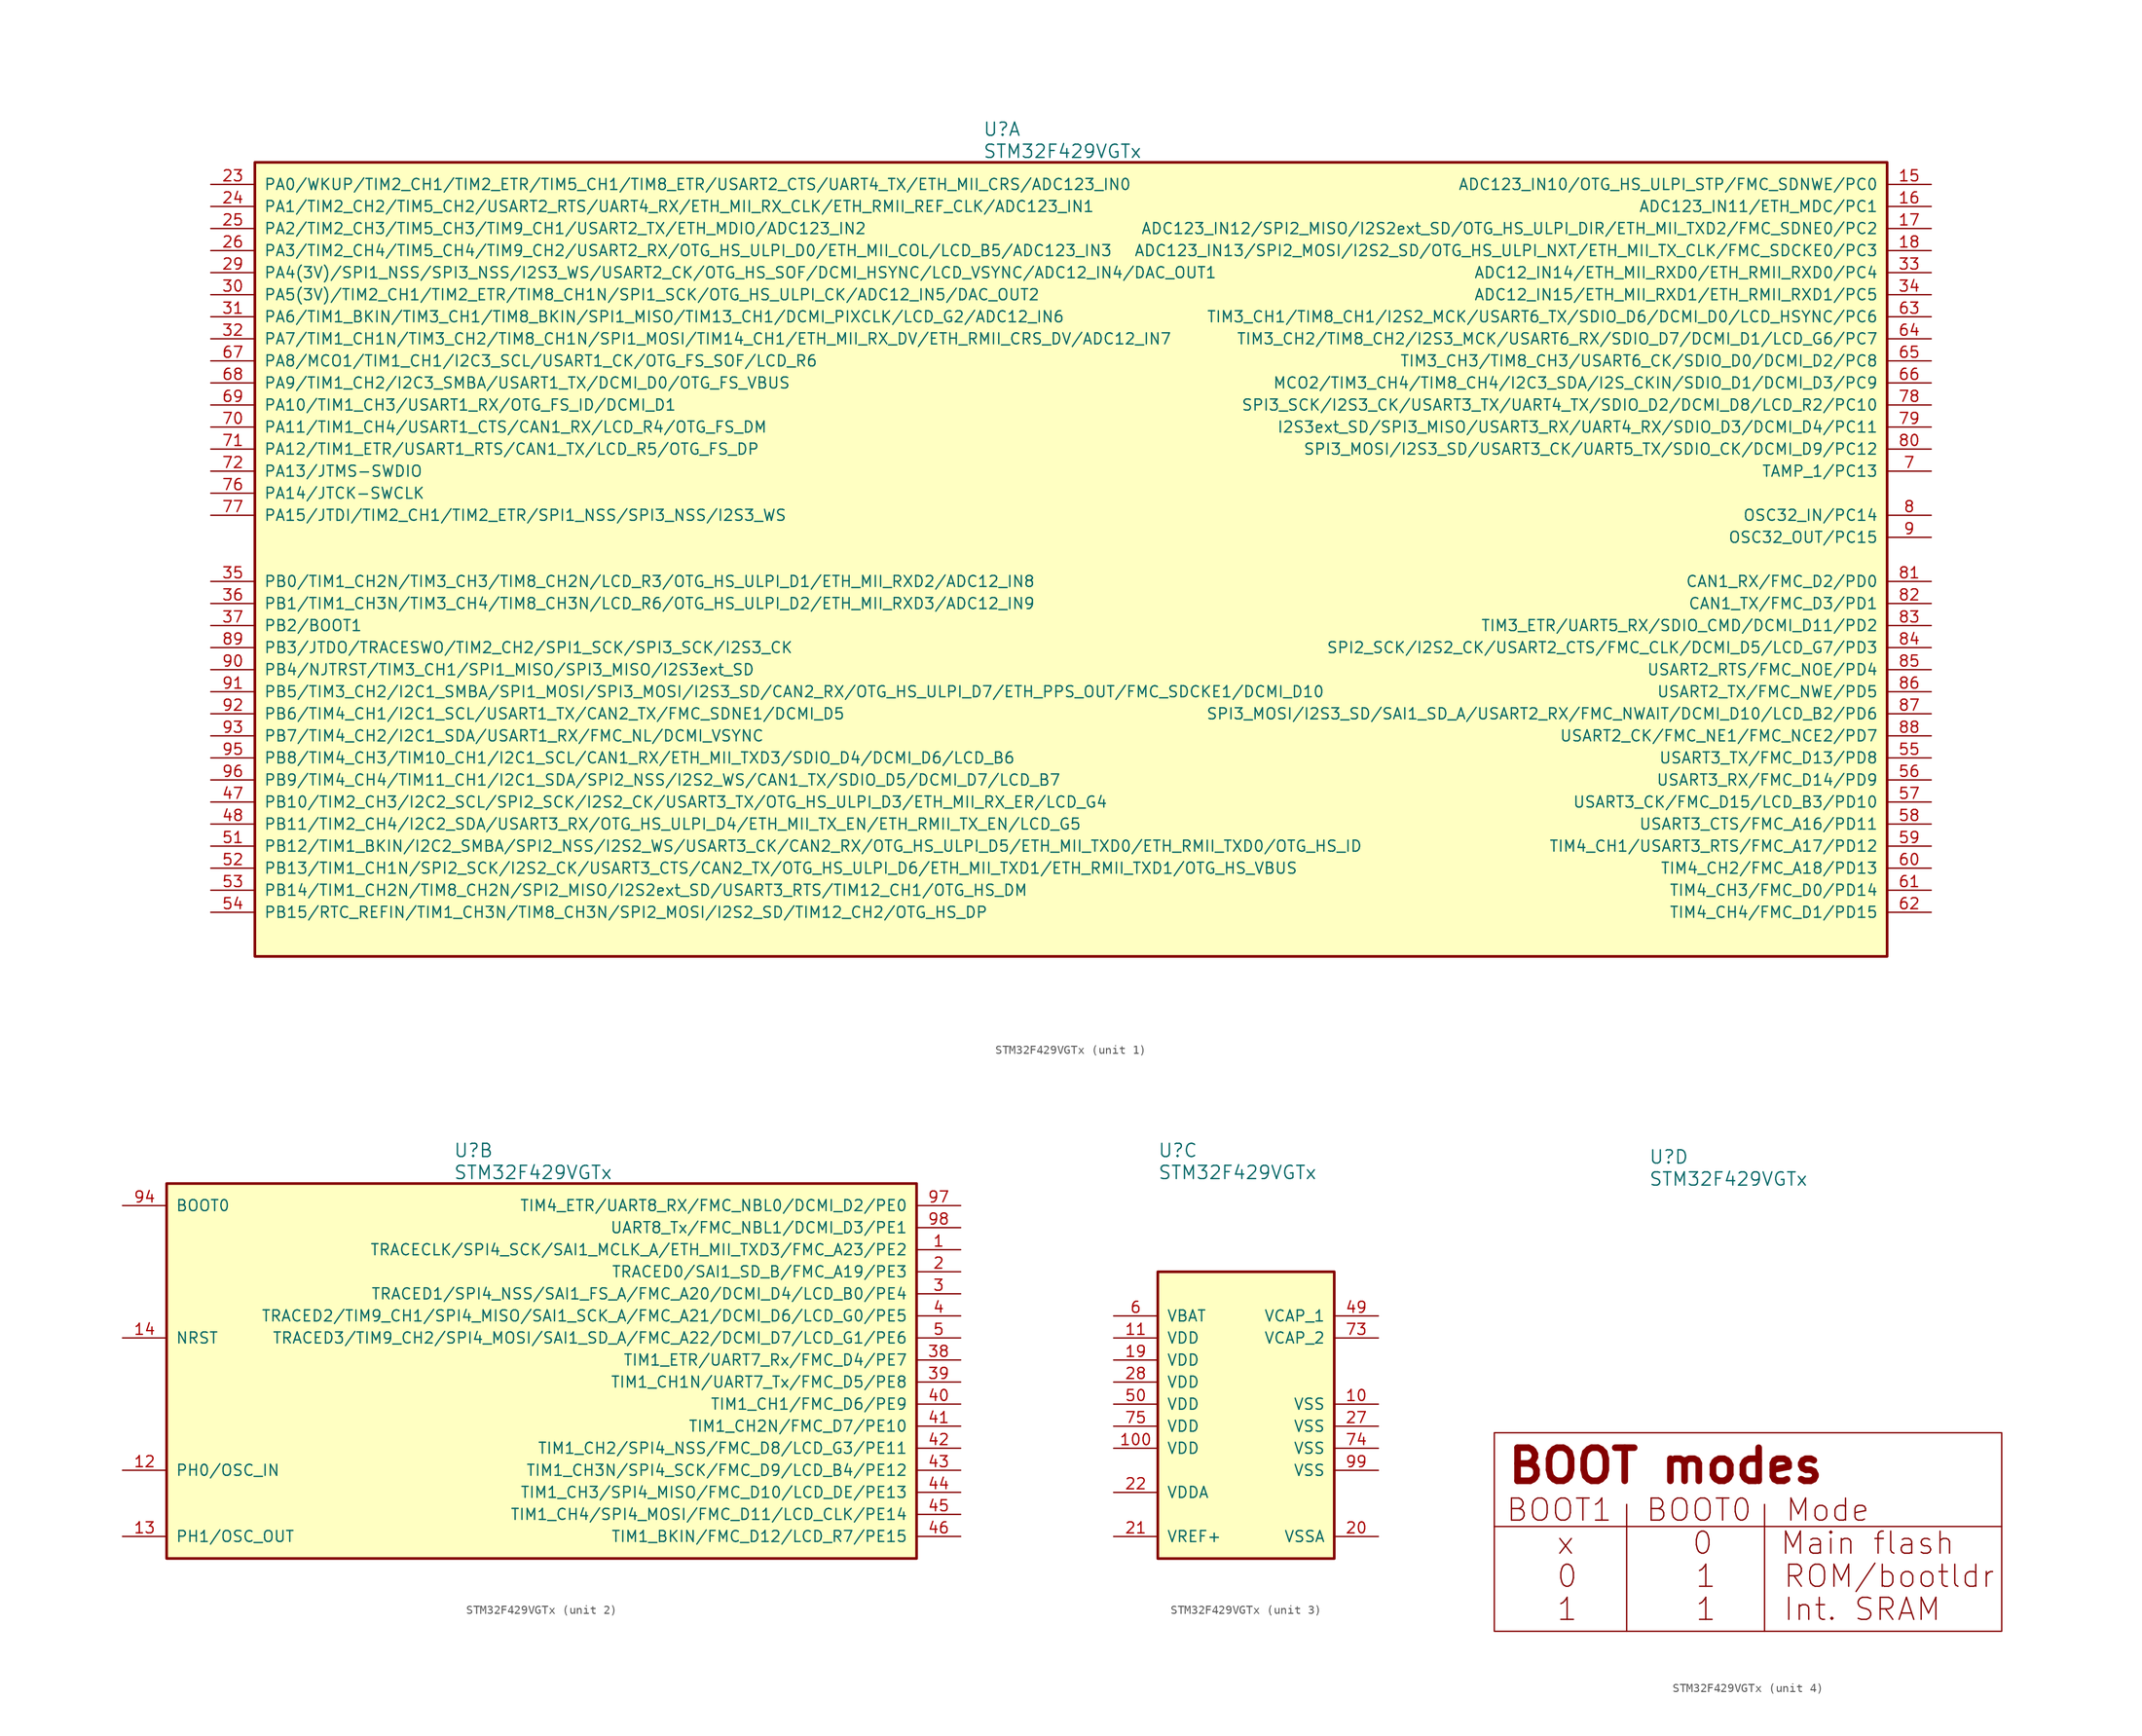
<source format=kicad_sym>
(kicad_symbol_lib
  (version 20211014)
  (generator kicad_symbol_editor)
  (symbol "STM32F429VGTx"
    (pin_names
      (offset 1.016))
    (property "Reference" "U"
      (at -10.16 46.99 0)
      (effects (font (size 1.524 1.524)) (justify left)))
    (property "Value" "STM32F429VGTx"
      (at -10.16 44.45 0)
      (effects (font (size 1.524 1.524)) (justify left)))
    (property "ki_locked" ""
      (at 0 0 0)
      (effects (font (size 1.27 1.27))))
    (symbol "STM32F429VGTx_1_1"
      (rectangle (start -93.98 43.18) (end 93.98 -48.26) (stroke (width 0.305) (type default) (color 0 0 0 0)) (fill (type background)))
      (pin bidirectional line (at 99.06 40.64 180) (length 5.08) (name "ADC123_IN10/OTG_HS_ULPI_STP/FMC_SDNWE/PC0" (effects (font (size 1.27 1.27)))) (number "15" (effects (font (size 1.27 1.27)))))
      (pin bidirectional line (at 99.06 38.1 180) (length 5.08) (name "ADC123_IN11/ETH_MDC/PC1" (effects (font (size 1.27 1.27)))) (number "16" (effects (font (size 1.27 1.27)))))
      (pin bidirectional line (at 99.06 35.56 180) (length 5.08) (name "ADC123_IN12/SPI2_MISO/I2S2ext_SD/OTG_HS_ULPI_DIR/ETH_MII_TXD2/FMC_SDNE0/PC2" (effects (font (size 1.27 1.27)))) (number "17" (effects (font (size 1.27 1.27)))))
      (pin bidirectional line (at 99.06 33.02 180) (length 5.08) (name "ADC123_IN13/SPI2_MOSI/I2S2_SD/OTG_HS_ULPI_NXT/ETH_MII_TX_CLK/FMC_SDCKE0/PC3" (effects (font (size 1.27 1.27)))) (number "18" (effects (font (size 1.27 1.27)))))
      (pin bidirectional line (at -99.06 40.64 0) (length 5.08) (name "PA0/WKUP/TIM2_CH1/TIM2_ETR/TIM5_CH1/TIM8_ETR/USART2_CTS/UART4_TX/ETH_MII_CRS/ADC123_IN0" (effects (font (size 1.27 1.27)))) (number "23" (effects (font (size 1.27 1.27)))))
      (pin bidirectional line (at -99.06 38.1 0) (length 5.08) (name "PA1/TIM2_CH2/TIM5_CH2/USART2_RTS/UART4_RX/ETH_MII_RX_CLK/ETH_RMII_REF_CLK/ADC123_IN1" (effects (font (size 1.27 1.27)))) (number "24" (effects (font (size 1.27 1.27)))))
      (pin bidirectional line (at -99.06 35.56 0) (length 5.08) (name "PA2/TIM2_CH3/TIM5_CH3/TIM9_CH1/USART2_TX/ETH_MDIO/ADC123_IN2" (effects (font (size 1.27 1.27)))) (number "25" (effects (font (size 1.27 1.27)))))
      (pin bidirectional line (at -99.06 33.02 0) (length 5.08) (name "PA3/TIM2_CH4/TIM5_CH4/TIM9_CH2/USART2_RX/OTG_HS_ULPI_D0/ETH_MII_COL/LCD_B5/ADC123_IN3" (effects (font (size 1.27 1.27)))) (number "26" (effects (font (size 1.27 1.27)))))
      (pin bidirectional line (at -99.06 30.48 0) (length 5.08) (name "PA4(3V)/SPI1_NSS/SPI3_NSS/I2S3_WS/USART2_CK/OTG_HS_SOF/DCMI_HSYNC/LCD_VSYNC/ADC12_IN4/DAC_OUT1" (effects (font (size 1.27 1.27)))) (number "29" (effects (font (size 1.27 1.27)))))
      (pin bidirectional line (at -99.06 27.94 0) (length 5.08) (name "PA5(3V)/TIM2_CH1/TIM2_ETR/TIM8_CH1N/SPI1_SCK/OTG_HS_ULPI_CK/ADC12_IN5/DAC_OUT2" (effects (font (size 1.27 1.27)))) (number "30" (effects (font (size 1.27 1.27)))))
      (pin bidirectional line (at -99.06 25.4 0) (length 5.08) (name "PA6/TIM1_BKIN/TIM3_CH1/TIM8_BKIN/SPI1_MISO/TIM13_CH1/DCMI_PIXCLK/LCD_G2/ADC12_IN6" (effects (font (size 1.27 1.27)))) (number "31" (effects (font (size 1.27 1.27)))))
      (pin bidirectional line (at -99.06 22.86 0) (length 5.08) (name "PA7/TIM1_CH1N/TIM3_CH2/TIM8_CH1N/SPI1_MOSI/TIM14_CH1/ETH_MII_RX_DV/ETH_RMII_CRS_DV/ADC12_IN7" (effects (font (size 1.27 1.27)))) (number "32" (effects (font (size 1.27 1.27)))))
      (pin bidirectional line (at 99.06 30.48 180) (length 5.08) (name "ADC12_IN14/ETH_MII_RXD0/ETH_RMII_RXD0/PC4" (effects (font (size 1.27 1.27)))) (number "33" (effects (font (size 1.27 1.27)))))
      (pin bidirectional line (at 99.06 27.94 180) (length 5.08) (name "ADC12_IN15/ETH_MII_RXD1/ETH_RMII_RXD1/PC5" (effects (font (size 1.27 1.27)))) (number "34" (effects (font (size 1.27 1.27)))))
      (pin bidirectional line (at -99.06 -5.08 0) (length 5.08) (name "PB0/TIM1_CH2N/TIM3_CH3/TIM8_CH2N/LCD_R3/OTG_HS_ULPI_D1/ETH_MII_RXD2/ADC12_IN8" (effects (font (size 1.27 1.27)))) (number "35" (effects (font (size 1.27 1.27)))))
      (pin bidirectional line (at -99.06 -7.62 0) (length 5.08) (name "PB1/TIM1_CH3N/TIM3_CH4/TIM8_CH3N/LCD_R6/OTG_HS_ULPI_D2/ETH_MII_RXD3/ADC12_IN9" (effects (font (size 1.27 1.27)))) (number "36" (effects (font (size 1.27 1.27)))))
      (pin bidirectional line (at -99.06 -10.16 0) (length 5.08) (name "PB2/BOOT1" (effects (font (size 1.27 1.27)))) (number "37" (effects (font (size 1.27 1.27)))))
      (pin bidirectional line (at -99.06 -30.48 0) (length 5.08) (name "PB10/TIM2_CH3/I2C2_SCL/SPI2_SCK/I2S2_CK/USART3_TX/OTG_HS_ULPI_D3/ETH_MII_RX_ER/LCD_G4" (effects (font (size 1.27 1.27)))) (number "47" (effects (font (size 1.27 1.27)))))
      (pin bidirectional line (at -99.06 -33.02 0) (length 5.08) (name "PB11/TIM2_CH4/I2C2_SDA/USART3_RX/OTG_HS_ULPI_D4/ETH_MII_TX_EN/ETH_RMII_TX_EN/LCD_G5" (effects (font (size 1.27 1.27)))) (number "48" (effects (font (size 1.27 1.27)))))
      (pin bidirectional line (at -99.06 -35.56 0) (length 5.08) (name "PB12/TIM1_BKIN/I2C2_SMBA/SPI2_NSS/I2S2_WS/USART3_CK/CAN2_RX/OTG_HS_ULPI_D5/ETH_MII_TXD0/ETH_RMII_TXD0/OTG_HS_ID" (effects (font (size 1.27 1.27)))) (number "51" (effects (font (size 1.27 1.27)))))
      (pin bidirectional line (at -99.06 -38.1 0) (length 5.08) (name "PB13/TIM1_CH1N/SPI2_SCK/I2S2_CK/USART3_CTS/CAN2_TX/OTG_HS_ULPI_D6/ETH_MII_TXD1/ETH_RMII_TXD1/OTG_HS_VBUS" (effects (font (size 1.27 1.27)))) (number "52" (effects (font (size 1.27 1.27)))))
      (pin bidirectional line (at -99.06 -40.64 0) (length 5.08) (name "PB14/TIM1_CH2N/TIM8_CH2N/SPI2_MISO/I2S2ext_SD/USART3_RTS/TIM12_CH1/OTG_HS_DM" (effects (font (size 1.27 1.27)))) (number "53" (effects (font (size 1.27 1.27)))))
      (pin bidirectional line (at -99.06 -43.18 0) (length 5.08) (name "PB15/RTC_REFIN/TIM1_CH3N/TIM8_CH3N/SPI2_MOSI/I2S2_SD/TIM12_CH2/OTG_HS_DP" (effects (font (size 1.27 1.27)))) (number "54" (effects (font (size 1.27 1.27)))))
      (pin bidirectional line (at 99.06 -25.4 180) (length 5.08) (name "USART3_TX/FMC_D13/PD8" (effects (font (size 1.27 1.27)))) (number "55" (effects (font (size 1.27 1.27)))))
      (pin bidirectional line (at 99.06 -27.94 180) (length 5.08) (name "USART3_RX/FMC_D14/PD9" (effects (font (size 1.27 1.27)))) (number "56" (effects (font (size 1.27 1.27)))))
      (pin bidirectional line (at 99.06 -30.48 180) (length 5.08) (name "USART3_CK/FMC_D15/LCD_B3/PD10" (effects (font (size 1.27 1.27)))) (number "57" (effects (font (size 1.27 1.27)))))
      (pin bidirectional line (at 99.06 -33.02 180) (length 5.08) (name "USART3_CTS/FMC_A16/PD11" (effects (font (size 1.27 1.27)))) (number "58" (effects (font (size 1.27 1.27)))))
      (pin bidirectional line (at 99.06 -35.56 180) (length 5.08) (name "TIM4_CH1/USART3_RTS/FMC_A17/PD12" (effects (font (size 1.27 1.27)))) (number "59" (effects (font (size 1.27 1.27)))))
      (pin bidirectional line (at 99.06 -38.1 180) (length 5.08) (name "TIM4_CH2/FMC_A18/PD13" (effects (font (size 1.27 1.27)))) (number "60" (effects (font (size 1.27 1.27)))))
      (pin bidirectional line (at 99.06 -40.64 180) (length 5.08) (name "TIM4_CH3/FMC_D0/PD14" (effects (font (size 1.27 1.27)))) (number "61" (effects (font (size 1.27 1.27)))))
      (pin bidirectional line (at 99.06 -43.18 180) (length 5.08) (name "TIM4_CH4/FMC_D1/PD15" (effects (font (size 1.27 1.27)))) (number "62" (effects (font (size 1.27 1.27)))))
      (pin bidirectional line (at 99.06 25.4 180) (length 5.08) (name "TIM3_CH1/TIM8_CH1/I2S2_MCK/USART6_TX/SDIO_D6/DCMI_D0/LCD_HSYNC/PC6" (effects (font (size 1.27 1.27)))) (number "63" (effects (font (size 1.27 1.27)))))
      (pin bidirectional line (at 99.06 22.86 180) (length 5.08) (name "TIM3_CH2/TIM8_CH2/I2S3_MCK/USART6_RX/SDIO_D7/DCMI_D1/LCD_G6/PC7" (effects (font (size 1.27 1.27)))) (number "64" (effects (font (size 1.27 1.27)))))
      (pin bidirectional line (at 99.06 20.32 180) (length 5.08) (name "TIM3_CH3/TIM8_CH3/USART6_CK/SDIO_D0/DCMI_D2/PC8" (effects (font (size 1.27 1.27)))) (number "65" (effects (font (size 1.27 1.27)))))
      (pin bidirectional line (at 99.06 17.78 180) (length 5.08) (name "MCO2/TIM3_CH4/TIM8_CH4/I2C3_SDA/I2S_CKIN/SDIO_D1/DCMI_D3/PC9" (effects (font (size 1.27 1.27)))) (number "66" (effects (font (size 1.27 1.27)))))
      (pin bidirectional line (at -99.06 20.32 0) (length 5.08) (name "PA8/MCO1/TIM1_CH1/I2C3_SCL/USART1_CK/OTG_FS_SOF/LCD_R6" (effects (font (size 1.27 1.27)))) (number "67" (effects (font (size 1.27 1.27)))))
      (pin bidirectional line (at -99.06 17.78 0) (length 5.08) (name "PA9/TIM1_CH2/I2C3_SMBA/USART1_TX/DCMI_D0/OTG_FS_VBUS" (effects (font (size 1.27 1.27)))) (number "68" (effects (font (size 1.27 1.27)))))
      (pin bidirectional line (at -99.06 15.24 0) (length 5.08) (name "PA10/TIM1_CH3/USART1_RX/OTG_FS_ID/DCMI_D1" (effects (font (size 1.27 1.27)))) (number "69" (effects (font (size 1.27 1.27)))))
      (pin bidirectional line (at 99.06 7.62 180) (length 5.08) (name "TAMP_1/PC13" (effects (font (size 1.27 1.27)))) (number "7" (effects (font (size 1.27 1.27)))))
      (pin bidirectional line (at -99.06 12.7 0) (length 5.08) (name "PA11/TIM1_CH4/USART1_CTS/CAN1_RX/LCD_R4/OTG_FS_DM" (effects (font (size 1.27 1.27)))) (number "70" (effects (font (size 1.27 1.27)))))
      (pin bidirectional line (at -99.06 10.16 0) (length 5.08) (name "PA12/TIM1_ETR/USART1_RTS/CAN1_TX/LCD_R5/OTG_FS_DP" (effects (font (size 1.27 1.27)))) (number "71" (effects (font (size 1.27 1.27)))))
      (pin bidirectional line (at -99.06 7.62 0) (length 5.08) (name "PA13/JTMS-SWDIO" (effects (font (size 1.27 1.27)))) (number "72" (effects (font (size 1.27 1.27)))))
      (pin bidirectional line (at -99.06 5.08 0) (length 5.08) (name "PA14/JTCK-SWCLK" (effects (font (size 1.27 1.27)))) (number "76" (effects (font (size 1.27 1.27)))))
      (pin bidirectional line (at -99.06 2.54 0) (length 5.08) (name "PA15/JTDI/TIM2_CH1/TIM2_ETR/SPI1_NSS/SPI3_NSS/I2S3_WS" (effects (font (size 1.27 1.27)))) (number "77" (effects (font (size 1.27 1.27)))))
      (pin bidirectional line (at 99.06 15.24 180) (length 5.08) (name "SPI3_SCK/I2S3_CK/USART3_TX/UART4_TX/SDIO_D2/DCMI_D8/LCD_R2/PC10" (effects (font (size 1.27 1.27)))) (number "78" (effects (font (size 1.27 1.27)))))
      (pin bidirectional line (at 99.06 12.7 180) (length 5.08) (name "I2S3ext_SD/SPI3_MISO/USART3_RX/UART4_RX/SDIO_D3/DCMI_D4/PC11" (effects (font (size 1.27 1.27)))) (number "79" (effects (font (size 1.27 1.27)))))
      (pin bidirectional line (at 99.06 2.54 180) (length 5.08) (name "OSC32_IN/PC14" (effects (font (size 1.27 1.27)))) (number "8" (effects (font (size 1.27 1.27)))))
      (pin bidirectional line (at 99.06 10.16 180) (length 5.08) (name "SPI3_MOSI/I2S3_SD/USART3_CK/UART5_TX/SDIO_CK/DCMI_D9/PC12" (effects (font (size 1.27 1.27)))) (number "80" (effects (font (size 1.27 1.27)))))
      (pin bidirectional line (at 99.06 -5.08 180) (length 5.08) (name "CAN1_RX/FMC_D2/PD0" (effects (font (size 1.27 1.27)))) (number "81" (effects (font (size 1.27 1.27)))))
      (pin bidirectional line (at 99.06 -7.62 180) (length 5.08) (name "CAN1_TX/FMC_D3/PD1" (effects (font (size 1.27 1.27)))) (number "82" (effects (font (size 1.27 1.27)))))
      (pin bidirectional line (at 99.06 -10.16 180) (length 5.08) (name "TIM3_ETR/UART5_RX/SDIO_CMD/DCMI_D11/PD2" (effects (font (size 1.27 1.27)))) (number "83" (effects (font (size 1.27 1.27)))))
      (pin bidirectional line (at 99.06 -12.7 180) (length 5.08) (name "SPI2_SCK/I2S2_CK/USART2_CTS/FMC_CLK/DCMI_D5/LCD_G7/PD3" (effects (font (size 1.27 1.27)))) (number "84" (effects (font (size 1.27 1.27)))))
      (pin bidirectional line (at 99.06 -15.24 180) (length 5.08) (name "USART2_RTS/FMC_NOE/PD4" (effects (font (size 1.27 1.27)))) (number "85" (effects (font (size 1.27 1.27)))))
      (pin bidirectional line (at 99.06 -17.78 180) (length 5.08) (name "USART2_TX/FMC_NWE/PD5" (effects (font (size 1.27 1.27)))) (number "86" (effects (font (size 1.27 1.27)))))
      (pin bidirectional line (at 99.06 -20.32 180) (length 5.08) (name "SPI3_MOSI/I2S3_SD/SAI1_SD_A/USART2_RX/FMC_NWAIT/DCMI_D10/LCD_B2/PD6" (effects (font (size 1.27 1.27)))) (number "87" (effects (font (size 1.27 1.27)))))
      (pin bidirectional line (at 99.06 -22.86 180) (length 5.08) (name "USART2_CK/FMC_NE1/FMC_NCE2/PD7" (effects (font (size 1.27 1.27)))) (number "88" (effects (font (size 1.27 1.27)))))
      (pin bidirectional line (at -99.06 -12.7 0) (length 5.08) (name "PB3/JTDO/TRACESWO/TIM2_CH2/SPI1_SCK/SPI3_SCK/I2S3_CK" (effects (font (size 1.27 1.27)))) (number "89" (effects (font (size 1.27 1.27)))))
      (pin bidirectional line (at 99.06 0 180) (length 5.08) (name "OSC32_OUT/PC15" (effects (font (size 1.27 1.27)))) (number "9" (effects (font (size 1.27 1.27)))))
      (pin bidirectional line (at -99.06 -15.24 0) (length 5.08) (name "PB4/NJTRST/TIM3_CH1/SPI1_MISO/SPI3_MISO/I2S3ext_SD" (effects (font (size 1.27 1.27)))) (number "90" (effects (font (size 1.27 1.27)))))
      (pin bidirectional line (at -99.06 -17.78 0) (length 5.08) (name "PB5/TIM3_CH2/I2C1_SMBA/SPI1_MOSI/SPI3_MOSI/I2S3_SD/CAN2_RX/OTG_HS_ULPI_D7/ETH_PPS_OUT/FMC_SDCKE1/DCMI_D10" (effects (font (size 1.27 1.27)))) (number "91" (effects (font (size 1.27 1.27)))))
      (pin bidirectional line (at -99.06 -20.32 0) (length 5.08) (name "PB6/TIM4_CH1/I2C1_SCL/USART1_TX/CAN2_TX/FMC_SDNE1/DCMI_D5" (effects (font (size 1.27 1.27)))) (number "92" (effects (font (size 1.27 1.27)))))
      (pin bidirectional line (at -99.06 -22.86 0) (length 5.08) (name "PB7/TIM4_CH2/I2C1_SDA/USART1_RX/FMC_NL/DCMI_VSYNC" (effects (font (size 1.27 1.27)))) (number "93" (effects (font (size 1.27 1.27)))))
      (pin bidirectional line (at -99.06 -25.4 0) (length 5.08) (name "PB8/TIM4_CH3/TIM10_CH1/I2C1_SCL/CAN1_RX/ETH_MII_TXD3/SDIO_D4/DCMI_D6/LCD_B6" (effects (font (size 1.27 1.27)))) (number "95" (effects (font (size 1.27 1.27)))))
      (pin bidirectional line (at -99.06 -27.94 0) (length 5.08) (name "PB9/TIM4_CH4/TIM11_CH1/I2C1_SDA/SPI2_NSS/I2S2_WS/CAN1_TX/SDIO_D5/DCMI_D7/LCD_B7" (effects (font (size 1.27 1.27)))) (number "96" (effects (font (size 1.27 1.27))))))
    (symbol "STM32F429VGTx_2_1"
      (rectangle (start -43.18 43.18) (end 43.18 0) (stroke (width 0.305) (type default) (color 0 0 0 0)) (fill (type background)))
      (pin bidirectional line (at 48.26 35.56 180) (length 5.08) (name "TRACECLK/SPI4_SCK/SAI1_MCLK_A/ETH_MII_TXD3/FMC_A23/PE2" (effects (font (size 1.27 1.27)))) (number "1" (effects (font (size 1.27 1.27)))))
      (pin input line (at -48.26 10.16 0) (length 5.08) (name "PH0/OSC_IN" (effects (font (size 1.27 1.27)))) (number "12" (effects (font (size 1.27 1.27)))))
      (pin input line (at -48.26 2.54 0) (length 5.08) (name "PH1/OSC_OUT" (effects (font (size 1.27 1.27)))) (number "13" (effects (font (size 1.27 1.27)))))
      (pin input line (at -48.26 25.4 0) (length 5.08) (name "NRST" (effects (font (size 1.27 1.27)))) (number "14" (effects (font (size 1.27 1.27)))))
      (pin bidirectional line (at 48.26 33.02 180) (length 5.08) (name "TRACED0/SAI1_SD_B/FMC_A19/PE3" (effects (font (size 1.27 1.27)))) (number "2" (effects (font (size 1.27 1.27)))))
      (pin bidirectional line (at 48.26 30.48 180) (length 5.08) (name "TRACED1/SPI4_NSS/SAI1_FS_A/FMC_A20/DCMI_D4/LCD_B0/PE4" (effects (font (size 1.27 1.27)))) (number "3" (effects (font (size 1.27 1.27)))))
      (pin bidirectional line (at 48.26 22.86 180) (length 5.08) (name "TIM1_ETR/UART7_Rx/FMC_D4/PE7" (effects (font (size 1.27 1.27)))) (number "38" (effects (font (size 1.27 1.27)))))
      (pin bidirectional line (at 48.26 20.32 180) (length 5.08) (name "TIM1_CH1N/UART7_Tx/FMC_D5/PE8" (effects (font (size 1.27 1.27)))) (number "39" (effects (font (size 1.27 1.27)))))
      (pin bidirectional line (at 48.26 27.94 180) (length 5.08) (name "TRACED2/TIM9_CH1/SPI4_MISO/SAI1_SCK_A/FMC_A21/DCMI_D6/LCD_G0/PE5" (effects (font (size 1.27 1.27)))) (number "4" (effects (font (size 1.27 1.27)))))
      (pin bidirectional line (at 48.26 17.78 180) (length 5.08) (name "TIM1_CH1/FMC_D6/PE9" (effects (font (size 1.27 1.27)))) (number "40" (effects (font (size 1.27 1.27)))))
      (pin bidirectional line (at 48.26 15.24 180) (length 5.08) (name "TIM1_CH2N/FMC_D7/PE10" (effects (font (size 1.27 1.27)))) (number "41" (effects (font (size 1.27 1.27)))))
      (pin bidirectional line (at 48.26 12.7 180) (length 5.08) (name "TIM1_CH2/SPI4_NSS/FMC_D8/LCD_G3/PE11" (effects (font (size 1.27 1.27)))) (number "42" (effects (font (size 1.27 1.27)))))
      (pin bidirectional line (at 48.26 10.16 180) (length 5.08) (name "TIM1_CH3N/SPI4_SCK/FMC_D9/LCD_B4/PE12" (effects (font (size 1.27 1.27)))) (number "43" (effects (font (size 1.27 1.27)))))
      (pin bidirectional line (at 48.26 7.62 180) (length 5.08) (name "TIM1_CH3/SPI4_MISO/FMC_D10/LCD_DE/PE13" (effects (font (size 1.27 1.27)))) (number "44" (effects (font (size 1.27 1.27)))))
      (pin bidirectional line (at 48.26 5.08 180) (length 5.08) (name "TIM1_CH4/SPI4_MOSI/FMC_D11/LCD_CLK/PE14" (effects (font (size 1.27 1.27)))) (number "45" (effects (font (size 1.27 1.27)))))
      (pin bidirectional line (at 48.26 2.54 180) (length 5.08) (name "TIM1_BKIN/FMC_D12/LCD_R7/PE15" (effects (font (size 1.27 1.27)))) (number "46" (effects (font (size 1.27 1.27)))))
      (pin bidirectional line (at 48.26 25.4 180) (length 5.08) (name "TRACED3/TIM9_CH2/SPI4_MOSI/SAI1_SD_A/FMC_A22/DCMI_D7/LCD_G1/PE6" (effects (font (size 1.27 1.27)))) (number "5" (effects (font (size 1.27 1.27)))))
      (pin input line (at -48.26 40.64 0) (length 5.08) (name "BOOT0" (effects (font (size 1.27 1.27)))) (number "94" (effects (font (size 1.27 1.27)))))
      (pin bidirectional line (at 48.26 40.64 180) (length 5.08) (name "TIM4_ETR/UART8_RX/FMC_NBL0/DCMI_D2/PE0" (effects (font (size 1.27 1.27)))) (number "97" (effects (font (size 1.27 1.27)))))
      (pin bidirectional line (at 48.26 38.1 180) (length 5.08) (name "UART8_Tx/FMC_NBL1/DCMI_D3/PE1" (effects (font (size 1.27 1.27)))) (number "98" (effects (font (size 1.27 1.27))))))
    (symbol "STM32F429VGTx_3_1"
      (rectangle (start -10.16 33.02) (end 10.16 0) (stroke (width 0.305) (type default) (color 0 0 0 0)) (fill (type background)))
      (pin power_in line (at 15.24 17.78 180) (length 5.08) (name "VSS" (effects (font (size 1.27 1.27)))) (number "10" (effects (font (size 1.27 1.27)))))
      (pin power_in line (at -15.24 12.7 0) (length 5.08) (name "VDD" (effects (font (size 1.27 1.27)))) (number "100" (effects (font (size 1.27 1.27)))))
      (pin power_in line (at -15.24 25.4 0) (length 5.08) (name "VDD" (effects (font (size 1.27 1.27)))) (number "11" (effects (font (size 1.27 1.27)))))
      (pin power_in line (at -15.24 22.86 0) (length 5.08) (name "VDD" (effects (font (size 1.27 1.27)))) (number "19" (effects (font (size 1.27 1.27)))))
      (pin power_in line (at 15.24 2.54 180) (length 5.08) (name "VSSA" (effects (font (size 1.27 1.27)))) (number "20" (effects (font (size 1.27 1.27)))))
      (pin power_in line (at -15.24 2.54 0) (length 5.08) (name "VREF+" (effects (font (size 1.27 1.27)))) (number "21" (effects (font (size 1.27 1.27)))))
      (pin power_in line (at -15.24 7.62 0) (length 5.08) (name "VDDA" (effects (font (size 1.27 1.27)))) (number "22" (effects (font (size 1.27 1.27)))))
      (pin power_in line (at 15.24 15.24 180) (length 5.08) (name "VSS" (effects (font (size 1.27 1.27)))) (number "27" (effects (font (size 1.27 1.27)))))
      (pin power_in line (at -15.24 20.32 0) (length 5.08) (name "VDD" (effects (font (size 1.27 1.27)))) (number "28" (effects (font (size 1.27 1.27)))))
      (pin power_out line (at 15.24 27.94 180) (length 5.08) (name "VCAP_1" (effects (font (size 1.27 1.27)))) (number "49" (effects (font (size 1.27 1.27)))))
      (pin power_in line (at -15.24 17.78 0) (length 5.08) (name "VDD" (effects (font (size 1.27 1.27)))) (number "50" (effects (font (size 1.27 1.27)))))
      (pin power_in line (at -15.24 27.94 0) (length 5.08) (name "VBAT" (effects (font (size 1.27 1.27)))) (number "6" (effects (font (size 1.27 1.27)))))
      (pin power_out line (at 15.24 25.4 180) (length 5.08) (name "VCAP_2" (effects (font (size 1.27 1.27)))) (number "73" (effects (font (size 1.27 1.27)))))
      (pin power_in line (at 15.24 12.7 180) (length 5.08) (name "VSS" (effects (font (size 1.27 1.27)))) (number "74" (effects (font (size 1.27 1.27)))))
      (pin power_in line (at -15.24 15.24 0) (length 5.08) (name "VDD" (effects (font (size 1.27 1.27)))) (number "75" (effects (font (size 1.27 1.27)))))
      (pin power_in line (at 15.24 10.16 180) (length 5.08) (name "VSS" (effects (font (size 1.27 1.27)))) (number "99" (effects (font (size 1.27 1.27))))))
    (symbol "STM32F429VGTx_4_1"
      (rectangle (start -27.94 15.24) (end 30.48 -7.62) (stroke (width 0) (type default) (color 0 0 0 0)) (fill (type none)))
      (polyline (pts (xy -27.94 4.445) (xy 30.48 4.445)) (stroke (width 0) (type default) (color 0 0 0 0)) (fill (type none)))
      (polyline (pts (xy -12.7 6.985) (xy -12.7 -7.62)) (stroke (width 0) (type default) (color 0 0 0 0)) (fill (type none)))
      (polyline (pts (xy 3.175 6.985) (xy 3.175 -7.62)) (stroke (width 0) (type default) (color 0 0 0 0)) (fill (type none)))
      (text "   0       1    ROM/bootldr" (at -26.67 -1.27 0) (effects (font (size 2.54 2.54)) (justify left)))
      (text "   1       1    Int. SRAM" (at -26.67 -5.08 0) (effects (font (size 2.54 2.54)) (justify left)))
      (text "   x       0    Main flash" (at -26.67 2.54 0) (effects (font (size 2.54 2.54)) (justify left)))
      (text "BOOT modes" (at -26.67 11.43 0) (effects (font (size 3.81 3.81) bold) (justify left)))
      (text "BOOT1  BOOT0  Mode" (at -26.67 6.35 0) (effects (font (size 2.54 2.54)) (justify left))))))
</source>
